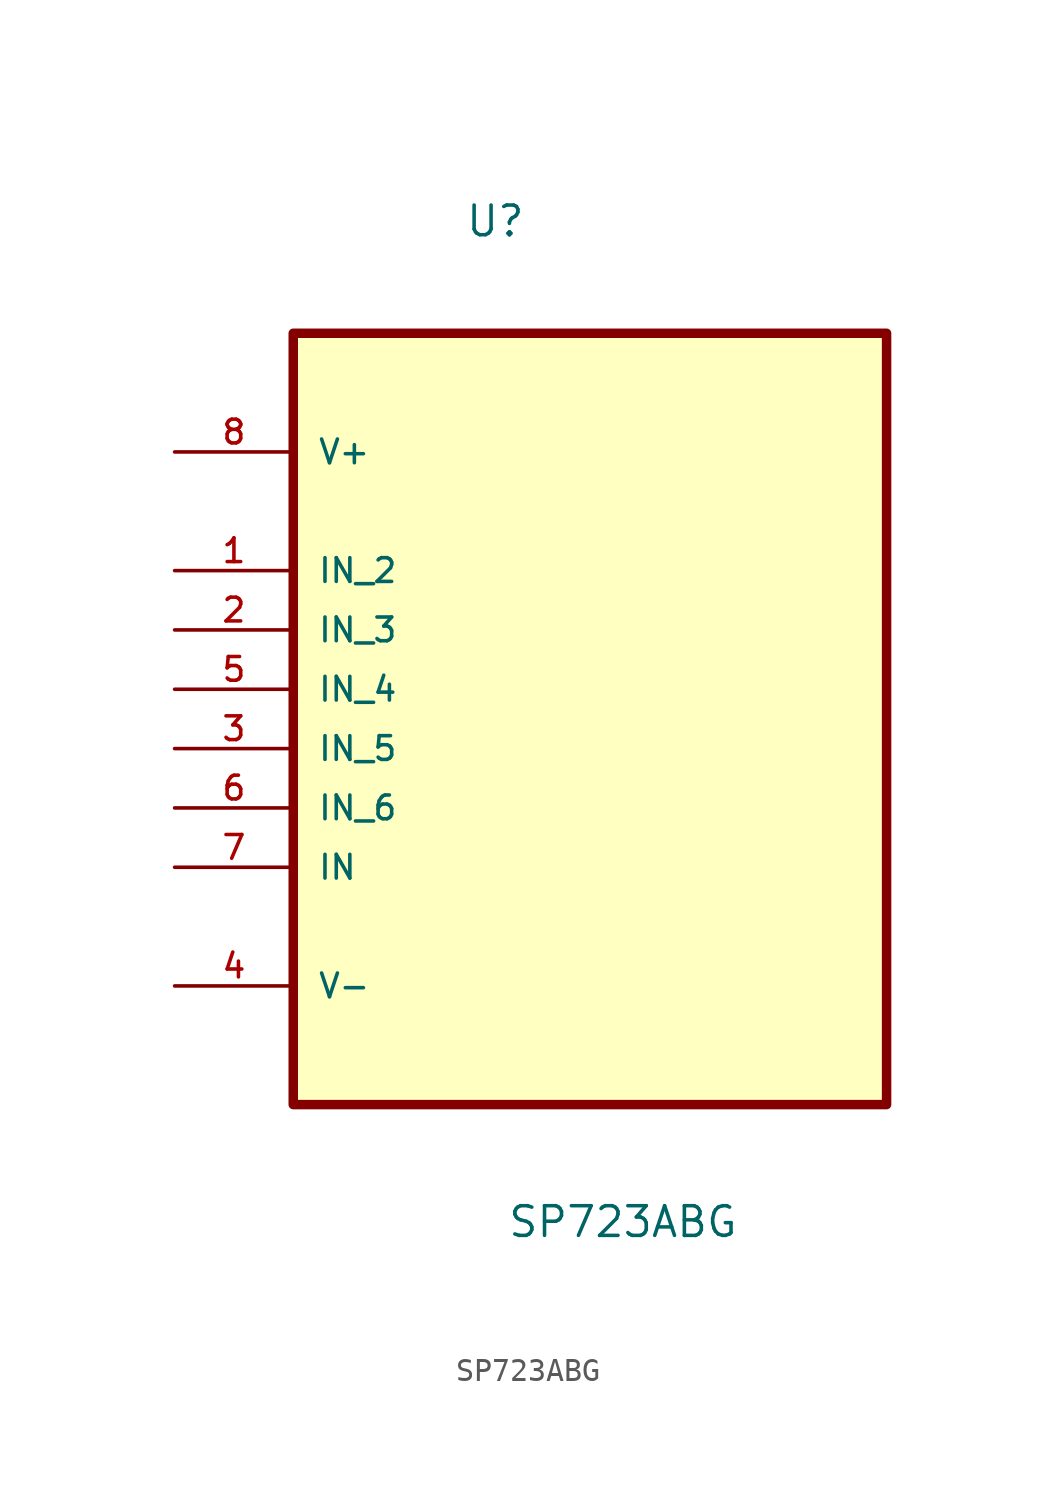
<source format=kicad_sym>
(kicad_symbol_lib
  (version 20211014)
  (generator kicad_symbol_editor)
  (symbol "SP723ABG"
    (pin_names
      (offset 1.016))
    (property "Reference" "U"
      (at -0.28 16.756 0.0)
      (effects (font (size 1.27 1.27)) (justify bottom left)))
    (property "Value" "SP723ABG"
      (at 1.525 -26.082 0.0)
      (effects (font (size 1.27 1.27)) (justify bottom left)))
    (symbol "SP723ABG_0_0"
      (rectangle (start -7.62 -20.32) (end 17.78 12.7) (stroke (width 0.406)) (fill (type background)))
      (pin power_in line (at -12.7 7.62 0) (length 5.08) (name "V+" (effects (font (size 1.016 1.016)))) (number "8" (effects (font (size 1.016 1.016)))))
      (pin input line (at -12.7 2.54 0) (length 5.08) (name "IN_2" (effects (font (size 1.016 1.016)))) (number "1" (effects (font (size 1.016 1.016)))))
      (pin input line (at -12.7 0.0 0) (length 5.08) (name "IN_3" (effects (font (size 1.016 1.016)))) (number "2" (effects (font (size 1.016 1.016)))))
      (pin input line (at -12.7 -2.54 0) (length 5.08) (name "IN_4" (effects (font (size 1.016 1.016)))) (number "5" (effects (font (size 1.016 1.016)))))
      (pin input line (at -12.7 -5.08 0) (length 5.08) (name "IN_5" (effects (font (size 1.016 1.016)))) (number "3" (effects (font (size 1.016 1.016)))))
      (pin input line (at -12.7 -7.62 0) (length 5.08) (name "IN_6" (effects (font (size 1.016 1.016)))) (number "6" (effects (font (size 1.016 1.016)))))
      (pin input line (at -12.7 -10.16 0) (length 5.08) (name "IN" (effects (font (size 1.016 1.016)))) (number "7" (effects (font (size 1.016 1.016)))))
      (pin passive line (at -12.7 -15.24 0) (length 5.08) (name "V-" (effects (font (size 1.016 1.016)))) (number "4" (effects (font (size 1.016 1.016))))))))
</source>
